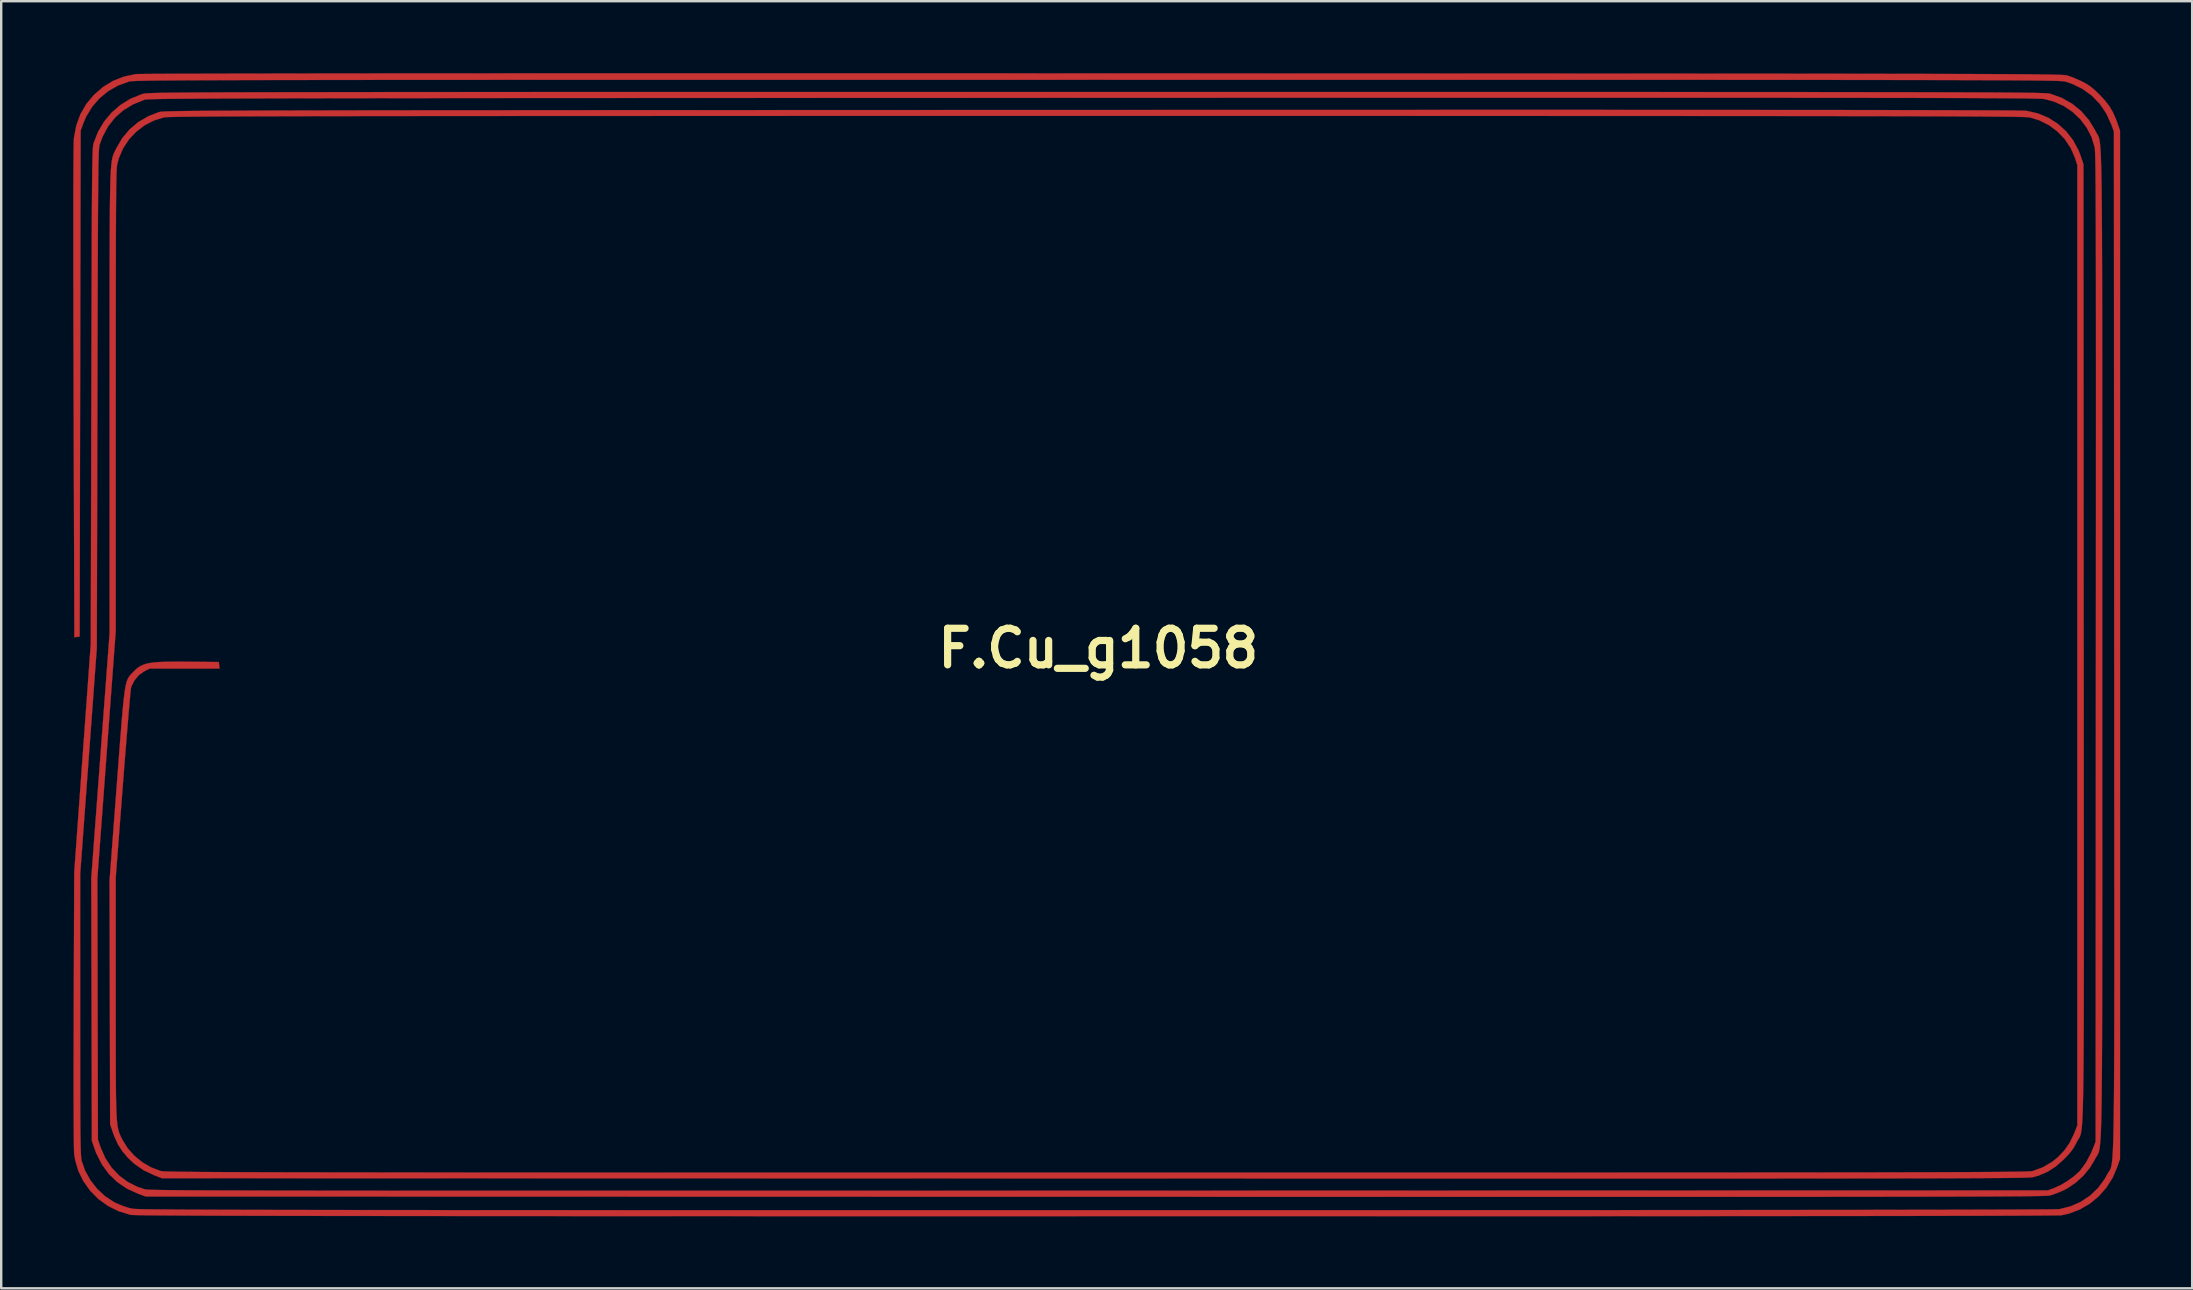
<source format=kicad_pcb>
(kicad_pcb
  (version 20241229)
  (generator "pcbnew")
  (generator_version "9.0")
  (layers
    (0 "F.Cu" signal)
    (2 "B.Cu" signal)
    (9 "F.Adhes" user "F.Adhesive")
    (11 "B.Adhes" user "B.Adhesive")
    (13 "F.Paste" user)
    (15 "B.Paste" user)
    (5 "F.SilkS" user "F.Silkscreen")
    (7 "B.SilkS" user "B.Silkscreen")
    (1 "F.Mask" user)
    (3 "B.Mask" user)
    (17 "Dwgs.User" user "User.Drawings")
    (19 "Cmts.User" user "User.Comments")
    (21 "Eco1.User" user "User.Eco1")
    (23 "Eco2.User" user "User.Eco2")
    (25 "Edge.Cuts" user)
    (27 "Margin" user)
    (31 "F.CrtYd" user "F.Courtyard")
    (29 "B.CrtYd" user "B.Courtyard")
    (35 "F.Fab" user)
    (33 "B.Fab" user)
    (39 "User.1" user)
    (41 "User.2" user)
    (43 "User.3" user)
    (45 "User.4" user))
  (footprint "F.Cu_g1058"
    (layer "F.Cu")
    (at 42.707 23.959)
    (property "Reference" "F.Cu_g1058" (at 0 0 0) (layer "F.SilkS") (effects (font (size 1.524 1.524) (thickness 0.3))))
    (attr through_hole)
    (fp_poly (pts (xy -13.17 -23.954) (xy -10.997 -23.954) (xy -8.741 -23.954) (xy -6.4 -23.953) (xy -3.975 -23.953) (xy -1.467 -23.952) (xy 0.169 -23.952) (xy 2.383 -23.951) (xy 4.513 -23.95) (xy 6.562 -23.95) (xy 8.532 -23.949) (xy 10.422 -23.948) (xy 12.237 -23.948) (xy 13.976 -23.947) (xy 15.641 -23.946) (xy 17.235 -23.946) (xy 18.758 -23.945) (xy 20.213 -23.944) (xy 21.6 -23.944) (xy 22.922 -23.943) (xy 24.181 -23.942) (xy 25.376 -23.941) (xy 26.511 -23.94) (xy 27.587 -23.94) (xy 28.606 -23.939) (xy 29.568 -23.938) (xy 30.476 -23.937) (xy 31.331 -23.936) (xy 32.135 -23.935) (xy 32.89 -23.933) (xy 33.597 -23.932) (xy 34.257 -23.931) (xy 34.872 -23.93) (xy 35.444 -23.928) (xy 35.975 -23.927) (xy 36.466 -23.925) (xy 36.918 -23.923) (xy 37.333 -23.922) (xy 37.714 -23.92) (xy 38.06 -23.918) (xy 38.375 -23.916) (xy 38.659 -23.914) (xy 38.915 -23.911) (xy 39.143 -23.909) (xy 39.345 -23.907) (xy 39.524 -23.904) (xy 39.68 -23.901) (xy 39.815 -23.898) (xy 39.931 -23.895) (xy 40.029 -23.892) (xy 40.111 -23.889) (xy 40.179 -23.886) (xy 40.234 -23.882) (xy 40.278 -23.879) (xy 40.312 -23.875) (xy 40.338 -23.871) (xy 40.357 -23.867) (xy 40.365 -23.865) (xy 40.523 -23.811) (xy 40.721 -23.731) (xy 40.922 -23.642) (xy 40.979 -23.615) (xy 41.167 -23.516) (xy 41.329 -23.41) (xy 41.489 -23.279) (xy 41.674 -23.103) (xy 41.701 -23.076) (xy 41.94 -22.82) (xy 42.124 -22.582) (xy 42.27 -22.332) (xy 42.396 -22.045) (xy 42.447 -21.907) (xy 42.566 -21.569) (xy 42.566 21.273) (xy 42.451 21.611) (xy 42.254 22.065) (xy 41.992 22.476) (xy 41.673 22.836) (xy 41.303 23.14) (xy 40.892 23.379) (xy 40.447 23.548) (xy 40.129 23.62) (xy 40.077 23.622) (xy 39.956 23.625) (xy 39.764 23.627) (xy 39.503 23.63) (xy 39.17 23.632) (xy 38.765 23.635) (xy 38.289 23.637) (xy 37.74 23.639) (xy 37.119 23.641) (xy 36.424 23.643) (xy 35.655 23.644) (xy 34.812 23.646) (xy 33.894 23.648) (xy 32.901 23.649) (xy 31.832 23.651) (xy 30.687 23.652) (xy 29.465 23.653) (xy 28.166 23.654) (xy 26.79 23.655) (xy 25.335 23.656) (xy 23.802 23.657) (xy 22.189 23.658) (xy 20.497 23.659) (xy 18.725 23.659) (xy 16.872 23.66) (xy 14.939 23.66) (xy 12.924 23.66) (xy 10.827 23.661) (xy 8.647 23.661) (xy 6.385 23.661) (xy 4.039 23.661) (xy 1.61 23.661) (xy -0.106 23.661) (xy -2.371 23.66) (xy -4.552 23.66) (xy -6.652 23.66) (xy -8.672 23.66) (xy -10.613 23.659) (xy -12.476 23.659) (xy -14.264 23.659) (xy -15.977 23.658) (xy -17.617 23.658) (xy -19.185 23.657) (xy -20.684 23.657) (xy -22.113 23.656) (xy -23.476 23.655) (xy -24.772 23.655) (xy -26.005 23.654) (xy -27.175 23.653) (xy -28.283 23.652) (xy -29.331 23.651) (xy -30.321 23.65) (xy -31.254 23.649) (xy -32.131 23.648) (xy -32.954 23.647) (xy -33.725 23.646) (xy -34.444 23.644) (xy -35.114 23.643) (xy -35.735 23.641) (xy -36.31 23.64) (xy -36.839 23.638) (xy -37.324 23.636) (xy -37.767 23.634) (xy -38.169 23.632) (xy -38.531 23.63) (xy -38.856 23.628) (xy -39.143 23.626) (xy -39.396 23.624) (xy -39.615 23.621) (xy -39.801 23.619) (xy -39.957 23.616) (xy -40.083 23.613) (xy -40.181 23.61) (xy -40.253 23.607) (xy -40.3 23.604) (xy -40.322 23.602) (xy -40.808 23.453) (xy -41.255 23.233) (xy -41.655 22.945) (xy -42.002 22.595) (xy -42.289 22.189) (xy -42.494 21.769) (xy -42.624 21.326) (xy -42.665 21.077) (xy -42.67 20.991) (xy -42.675 20.824) (xy -42.679 20.581) (xy -42.682 20.264) (xy -42.685 19.879) (xy -42.687 19.429) (xy -42.689 18.917) (xy -42.69 18.349) (xy -42.69 17.727) (xy -42.689 17.056) (xy -42.688 16.34) (xy -42.686 15.582) (xy -42.685 15.048) (xy -42.665 9.335) (xy -41.975 -0.191) (xy -41.952 -10.499) (xy -41.949 -11.603) (xy -41.947 -12.627) (xy -41.945 -13.572) (xy -41.942 -14.442) (xy -41.94 -15.24) (xy -41.938 -15.969) (xy -41.936 -16.633) (xy -41.934 -17.235) (xy -41.931 -17.778) (xy -41.929 -18.265) (xy -41.926 -18.699) (xy -41.923 -19.084) (xy -41.92 -19.422) (xy -41.917 -19.718) (xy -41.914 -19.973) (xy -41.91 -20.192) (xy -41.906 -20.378) (xy -41.901 -20.533) (xy -41.896 -20.662) (xy -41.891 -20.766) (xy -41.885 -20.85) (xy -41.879 -20.916) (xy -41.872 -20.969) (xy -41.865 -21.01) (xy -41.857 -21.043) (xy -41.852 -21.061) (xy -41.67 -21.522) (xy -41.419 -21.943) (xy -41.107 -22.317) (xy -40.74 -22.635) (xy -40.326 -22.891) (xy -39.874 -23.076) (xy -39.793 -23.1) (xy -39.776 -23.104) (xy -39.755 -23.108) (xy -39.728 -23.112) (xy -39.694 -23.116) (xy -39.652 -23.12) (xy -39.598 -23.123) (xy -39.533 -23.127) (xy -39.454 -23.13) (xy -39.36 -23.133) (xy -39.249 -23.136) (xy -39.119 -23.139) (xy -38.97 -23.142) (xy -38.798 -23.144) (xy -38.603 -23.147) (xy -38.384 -23.149) (xy -38.137 -23.151) (xy -37.863 -23.153) (xy -37.559 -23.155) (xy -37.223 -23.157) (xy -36.855 -23.159) (xy -36.452 -23.161) (xy -36.012 -23.162) (xy -35.535 -23.164) (xy -35.019 -23.165) (xy -34.461 -23.166) (xy -33.861 -23.167) (xy -33.216 -23.168) (xy -32.526 -23.169) (xy -31.788 -23.17) (xy -31.001 -23.171) (xy -30.163 -23.172) (xy -29.273 -23.173) (xy -28.33 -23.173) (xy -27.33 -23.174) (xy -26.274 -23.175) (xy -25.158 -23.175) (xy -23.983 -23.175) (xy -22.745 -23.176) (xy -21.444 -23.176) (xy -20.077 -23.176) (xy -18.644 -23.177) (xy -17.143 -23.177) (xy -15.571 -23.177) (xy -13.928 -23.177) (xy -12.211 -23.177) (xy -10.42 -23.177) (xy -8.552 -23.177) (xy -6.606 -23.177) (xy -4.581 -23.177) (xy -2.474 -23.177) (xy -0.284 -23.177) (xy -0.064 -23.177) (xy 2.135 -23.177) (xy 4.251 -23.177) (xy 6.286 -23.177) (xy 8.24 -23.177) (xy 10.117 -23.177) (xy 11.917 -23.177) (xy 13.641 -23.177) (xy 15.293 -23.177) (xy 16.872 -23.177) (xy 18.381 -23.177) (xy 19.822 -23.176) (xy 21.196 -23.176) (xy 22.504 -23.176) (xy 23.749 -23.175) (xy 24.931 -23.175) (xy 26.053 -23.174) (xy 27.116 -23.174) (xy 28.122 -23.173) (xy 29.072 -23.173) (xy 29.968 -23.172) (xy 30.811 -23.171) (xy 31.604 -23.17) (xy 32.347 -23.169) (xy 33.042 -23.168) (xy 33.692 -23.167) (xy 34.296 -23.166) (xy 34.859 -23.165) (xy 35.379 -23.163) (xy 35.861 -23.162) (xy 36.304 -23.16) (xy 36.71 -23.159) (xy 37.082 -23.157) (xy 37.421 -23.155) (xy 37.728 -23.153) (xy 38.005 -23.151) (xy 38.254 -23.149) (xy 38.476 -23.146) (xy 38.673 -23.144) (xy 38.846 -23.141) (xy 38.997 -23.139) (xy 39.128 -23.136) (xy 39.24 -23.133) (xy 39.336 -23.13) (xy 39.415 -23.127) (xy 39.481 -23.123) (xy 39.534 -23.12) (xy 39.577 -23.116) (xy 39.61 -23.112) (xy 39.636 -23.108) (xy 39.657 -23.104) (xy 39.666 -23.102) (xy 40.142 -22.929) (xy 40.57 -22.687) (xy 40.947 -22.38) (xy 41.268 -22.01) (xy 41.528 -21.583) (xy 41.557 -21.525) (xy 41.577 -21.485) (xy 41.596 -21.452) (xy 41.615 -21.422) (xy 41.632 -21.394) (xy 41.648 -21.366) (xy 41.664 -21.334) (xy 41.678 -21.298) (xy 41.692 -21.255) (xy 41.704 -21.202) (xy 41.716 -21.138) (xy 41.727 -21.059) (xy 41.738 -20.965) (xy 41.747 -20.852) (xy 41.756 -20.718) (xy 41.764 -20.562) (xy 41.772 -20.38) (xy 41.778 -20.171) (xy 41.785 -19.932) (xy 41.79 -19.662) (xy 41.795 -19.358) (xy 41.8 -19.017) (xy 41.804 -18.638) (xy 41.808 -18.217) (xy 41.811 -17.754) (xy 41.814 -17.246) (xy 41.816 -16.69) (xy 41.818 -16.085) (xy 41.82 -15.427) (xy 41.821 -14.715) (xy 41.822 -13.947) (xy 41.823 -13.12) (xy 41.824 -12.232) (xy 41.824 -11.281) (xy 41.824 -10.265) (xy 41.825 -9.181) (xy 41.825 -8.027) (xy 41.825 -6.801) (xy 41.825 -5.501) (xy 41.825 -4.124) (xy 41.825 -2.668) (xy 41.825 -1.131) (xy 41.825 -0.157) (xy 41.825 1.432) (xy 41.825 2.938) (xy 41.825 4.363) (xy 41.825 5.711) (xy 41.825 6.983) (xy 41.826 8.181) (xy 41.826 9.309) (xy 41.826 10.367) (xy 41.825 11.359) (xy 41.825 12.286) (xy 41.824 13.15) (xy 41.823 13.955) (xy 41.822 14.702) (xy 41.821 15.393) (xy 41.819 16.031) (xy 41.817 16.618) (xy 41.814 17.157) (xy 41.811 17.648) (xy 41.807 18.095) (xy 41.803 18.5) (xy 41.799 18.865) (xy 41.794 19.193) (xy 41.788 19.485) (xy 41.782 19.744) (xy 41.775 19.972) (xy 41.767 20.171) (xy 41.758 20.344) (xy 41.749 20.493) (xy 41.739 20.619) (xy 41.728 20.726) (xy 41.717 20.816) (xy 41.704 20.89) (xy 41.691 20.951) (xy 41.676 21.001) (xy 41.661 21.043) (xy 41.644 21.079) (xy 41.627 21.11) (xy 41.608 21.14) (xy 41.589 21.17) (xy 41.568 21.203) (xy 41.546 21.24) (xy 41.523 21.285) (xy 41.521 21.29) (xy 41.315 21.636) (xy 41.045 21.965) (xy 40.728 22.256) (xy 40.386 22.49) (xy 40.259 22.558) (xy 40.064 22.646) (xy 39.861 22.726) (xy 39.686 22.785) (xy 39.644 22.796) (xy 39.623 22.8) (xy 39.589 22.803) (xy 39.54 22.807) (xy 39.475 22.81) (xy 39.392 22.813) (xy 39.29 22.816) (xy 39.166 22.819) (xy 39.02 22.821) (xy 38.85 22.824) (xy 38.654 22.826) (xy 38.431 22.829) (xy 38.178 22.831) (xy 37.896 22.833) (xy 37.581 22.835) (xy 37.233 22.837) (xy 36.849 22.838) (xy 36.429 22.84) (xy 35.971 22.841) (xy 35.472 22.843) (xy 34.933 22.844) (xy 34.35 22.845) (xy 33.723 22.846) (xy 33.049 22.847) (xy 32.328 22.848) (xy 31.558 22.849) (xy 30.737 22.85) (xy 29.864 22.851) (xy 28.936 22.851) (xy 27.954 22.852) (xy 26.914 22.852) (xy 25.815 22.853) (xy 24.656 22.853) (xy 23.436 22.853) (xy 22.152 22.853) (xy 20.803 22.853) (xy 19.388 22.853) (xy 17.905 22.853) (xy 16.352 22.853) (xy 14.728 22.853) (xy 13.031 22.853) (xy 11.26 22.852) (xy 9.413 22.852) (xy 7.488 22.851) (xy 5.485 22.851) (xy 3.401 22.85) (xy 1.235 22.85) (xy -0.15 22.85) (xy -39.688 22.839) (xy -39.998 22.725) (xy -40.461 22.514) (xy -40.868 22.239) (xy -41.218 21.903) (xy -41.509 21.505) (xy -41.742 21.048) (xy -41.832 20.807) (xy -41.931 20.511) (xy -41.943 15.046) (xy -41.955 9.582) (xy -41.573 4.471) (xy -41.19 -0.64) (xy -41.19 -10.244) (xy -41.19 -11.329) (xy -41.19 -12.333) (xy -41.191 -13.259) (xy -41.19 -14.11) (xy -41.19 -14.89) (xy -41.19 -15.602) (xy -41.189 -16.249) (xy -41.187 -16.835) (xy -41.185 -17.363) (xy -41.182 -17.836) (xy -41.179 -18.258) (xy -41.175 -18.632) (xy -41.17 -18.961) (xy -41.163 -19.249) (xy -41.156 -19.499) (xy -41.148 -19.714) (xy -41.138 -19.898) (xy -41.127 -20.054) (xy -41.114 -20.185) (xy -41.1 -20.295) (xy -41.085 -20.387) (xy -41.067 -20.464) (xy -41.048 -20.53) (xy -41.027 -20.588) (xy -41.004 -20.641) (xy -40.979 -20.693) (xy -40.952 -20.747) (xy -40.922 -20.806) (xy -40.913 -20.827) (xy -40.666 -21.25) (xy -40.358 -21.617) (xy -39.991 -21.925) (xy -39.569 -22.17) (xy -39.135 -22.338) (xy -39.118 -22.342) (xy -39.098 -22.346) (xy -39.071 -22.35) (xy -39.037 -22.354) (xy -38.994 -22.358) (xy -38.939 -22.361) (xy -38.872 -22.365) (xy -38.791 -22.368) (xy -38.694 -22.371) (xy -38.58 -22.374) (xy -38.446 -22.377) (xy -38.292 -22.38) (xy -38.115 -22.382) (xy -37.915 -22.385) (xy -37.689 -22.387) (xy -37.436 -22.389) (xy -37.154 -22.392) (xy -36.842 -22.394) (xy -36.497 -22.396) (xy -36.119 -22.397) (xy -35.706 -22.399) (xy -35.255 -22.401) (xy -34.766 -22.403) (xy -34.237 -22.404) (xy -33.666 -22.405) (xy -33.052 -22.407) (xy -32.392 -22.408) (xy -31.686 -22.409) (xy -30.932 -22.411) (xy -30.127 -22.412) (xy -29.271 -22.413) (xy -28.362 -22.414) (xy -27.398 -22.415) (xy -26.377 -22.416) (xy -25.299 -22.416) (xy -24.16 -22.417) (xy -22.961 -22.418) (xy -21.698 -22.419) (xy -20.371 -22.42) (xy -18.978 -22.42) (xy -17.516 -22.421) (xy -15.986 -22.422) (xy -14.384 -22.422) (xy -12.709 -22.423) (xy -10.961 -22.424) (xy -9.136 -22.424) (xy -7.233 -22.425) (xy -5.252 -22.426) (xy -3.189 -22.426) (xy -1.044 -22.427) (xy -0.275 -22.427) (xy 2.06 -22.428) (xy 4.312 -22.429) (xy 6.481 -22.429) (xy 8.568 -22.43) (xy 10.576 -22.43) (xy 12.503 -22.43) (xy 14.353 -22.431) (xy 16.125 -22.431) (xy 17.821 -22.431) (xy 19.442 -22.431) (xy 20.989 -22.431) (xy 22.462 -22.43) (xy 23.864 -22.43) (xy 25.195 -22.429) (xy 26.456 -22.429) (xy 27.648 -22.428) (xy 28.773 -22.427) (xy 29.83 -22.427) (xy 30.822 -22.426) (xy 31.75 -22.424) (xy 32.614 -22.423) (xy 33.416 -22.422) (xy 34.156 -22.421) (xy 34.836 -22.419) (xy 35.456 -22.417) (xy 36.018 -22.416) (xy 36.524 -22.414) (xy 36.973 -22.412) (xy 37.367 -22.41) (xy 37.707 -22.408) (xy 37.994 -22.405) (xy 38.229 -22.403) (xy 38.413 -22.4) (xy 38.548 -22.398) (xy 38.633 -22.395) (xy 38.669 -22.393) (xy 39.142 -22.285) (xy 39.579 -22.103) (xy 39.973 -21.852) (xy 40.319 -21.539) (xy 40.609 -21.168) (xy 40.837 -20.744) (xy 40.926 -20.514) (xy 41.042 -20.172) (xy 41.053 -0.284) (xy 41.054 1.281) (xy 41.055 2.764) (xy 41.056 4.167) (xy 41.057 5.492) (xy 41.057 6.742) (xy 41.058 7.918) (xy 41.059 9.023) (xy 41.059 10.059) (xy 41.059 11.029) (xy 41.059 11.935) (xy 41.059 12.779) (xy 41.058 13.563) (xy 41.057 14.289) (xy 41.056 14.961) (xy 41.054 15.58) (xy 41.052 16.148) (xy 41.05 16.667) (xy 41.047 17.141) (xy 41.043 17.571) (xy 41.039 17.96) (xy 41.034 18.309) (xy 41.029 18.621) (xy 41.023 18.899) (xy 41.017 19.144) (xy 41.009 19.359) (xy 41.001 19.547) (xy 40.992 19.708) (xy 40.983 19.847) (xy 40.972 19.964) (xy 40.961 20.062) (xy 40.949 20.144) (xy 40.936 20.212) (xy 40.922 20.268) (xy 40.906 20.314) (xy 40.89 20.353) (xy 40.873 20.387) (xy 40.855 20.417) (xy 40.835 20.448) (xy 40.815 20.479) (xy 40.793 20.515) (xy 40.77 20.557) (xy 40.762 20.574) (xy 40.663 20.762) (xy 40.557 20.922) (xy 40.427 21.081) (xy 40.252 21.264) (xy 40.221 21.295) (xy 39.887 21.589) (xy 39.547 21.809) (xy 39.184 21.964) (xy 38.94 22.033) (xy 38.918 22.037) (xy 38.884 22.04) (xy 38.838 22.044) (xy 38.776 22.047) (xy 38.697 22.05) (xy 38.601 22.053) (xy 38.484 22.056) (xy 38.346 22.059) (xy 38.186 22.061) (xy 38 22.064) (xy 37.789 22.066) (xy 37.55 22.068) (xy 37.281 22.07) (xy 36.982 22.072) (xy 36.65 22.074) (xy 36.284 22.076) (xy 35.882 22.078) (xy 35.443 22.079) (xy 34.966 22.081) (xy 34.447 22.082) (xy 33.887 22.083) (xy 33.283 22.084) (xy 32.634 22.085) (xy 31.938 22.086) (xy 31.193 22.087) (xy 30.399 22.088) (xy 29.553 22.089) (xy 28.654 22.089) (xy 27.7 22.09) (xy 26.689 22.09) (xy 25.621 22.091) (xy 24.493 22.091) (xy 23.304 22.091) (xy 22.052 22.091) (xy 20.736 22.091) (xy 19.354 22.091) (xy 17.905 22.091) (xy 16.386 22.091) (xy 14.797 22.091) (xy 13.136 22.091) (xy 11.4 22.09) (xy 9.589 22.09) (xy 7.702 22.09) (xy 5.735 22.089) (xy 3.688 22.089) (xy 1.56 22.088) (xy -0.176 22.088) (xy -39.01 22.077) (xy -39.327 21.955) (xy -39.774 21.743) (xy -40.163 21.474) (xy -40.425 21.227) (xy -40.658 20.952) (xy -40.838 20.674) (xy -40.984 20.36) (xy -41.053 20.172) (xy -41.169 19.833) (xy -41.181 14.753) (xy -41.193 9.673) (xy -40.89 5.673) (xy -40.837 4.977) (xy -40.791 4.36) (xy -40.749 3.817) (xy -40.711 3.343) (xy -40.678 2.933) (xy -40.647 2.581) (xy -40.619 2.283) (xy -40.592 2.032) (xy -40.565 1.825) (xy -40.539 1.655) (xy -40.512 1.517) (xy -40.484 1.407) (xy -40.454 1.319) (xy -40.421 1.248) (xy -40.384 1.188) (xy -40.344 1.135) (xy -40.298 1.084) (xy -40.246 1.028) (xy -40.245 1.027) (xy -40.131 0.91) (xy -40.018 0.813) (xy -39.897 0.735) (xy -39.759 0.674) (xy -39.595 0.628) (xy -39.395 0.595) (xy -39.151 0.573) (xy -38.852 0.561) (xy -38.49 0.557) (xy -38.056 0.558) (xy -37.91 0.559) (xy -36.639 0.572) (xy -36.626 0.709) (xy -36.613 0.847) (xy -39.53 0.847) (xy -39.757 0.965) (xy -39.973 1.12) (xy -40.154 1.333) (xy -40.277 1.575) (xy -40.298 1.644) (xy -40.307 1.709) (xy -40.322 1.851) (xy -40.342 2.065) (xy -40.367 2.346) (xy -40.397 2.685) (xy -40.43 3.079) (xy -40.466 3.519) (xy -40.505 4) (xy -40.547 4.516) (xy -40.59 5.06) (xy -40.634 5.627) (xy -40.637 5.675) (xy -40.936 9.551) (xy -40.936 14.565) (xy -40.936 15.346) (xy -40.935 16.048) (xy -40.935 16.674) (xy -40.934 17.23) (xy -40.933 17.721) (xy -40.93 18.15) (xy -40.926 18.524) (xy -40.921 18.847) (xy -40.914 19.123) (xy -40.905 19.357) (xy -40.895 19.554) (xy -40.881 19.72) (xy -40.866 19.858) (xy -40.847 19.973) (xy -40.826 20.071) (xy -40.801 20.155) (xy -40.773 20.232) (xy -40.741 20.305) (xy -40.705 20.379) (xy -40.665 20.459) (xy -40.653 20.484) (xy -40.438 20.829) (xy -40.157 21.144) (xy -39.825 21.415) (xy -39.457 21.629) (xy -39.07 21.774) (xy -39.05 21.779) (xy -39.03 21.783) (xy -38.998 21.786) (xy -38.951 21.79) (xy -38.889 21.793) (xy -38.809 21.796) (xy -38.711 21.799) (xy -38.592 21.802) (xy -38.451 21.805) (xy -38.287 21.807) (xy -38.097 21.81) (xy -37.881 21.812) (xy -37.636 21.815) (xy -37.361 21.817) (xy -37.055 21.819) (xy -36.715 21.821) (xy -36.341 21.823) (xy -35.931 21.824) (xy -35.482 21.826) (xy -34.995 21.828) (xy -34.466 21.829) (xy -33.894 21.831) (xy -33.278 21.832) (xy -32.617 21.833) (xy -31.908 21.834) (xy -31.15 21.835) (xy -30.341 21.836) (xy -29.48 21.837) (xy -28.566 21.838) (xy -27.596 21.839) (xy -26.569 21.839) (xy -25.484 21.84) (xy -24.338 21.841) (xy -23.131 21.841) (xy -21.861 21.842) (xy -20.525 21.842) (xy -19.123 21.842) (xy -17.654 21.843) (xy -16.114 21.843) (xy -14.503 21.843) (xy -12.82 21.843) (xy -11.062 21.844) (xy -9.228 21.844) (xy -7.316 21.844) (xy -5.326 21.844) (xy -3.254 21.844) (xy -1.101 21.844) (xy -0.064 21.844) (xy 2.128 21.844) (xy 4.236 21.844) (xy 6.263 21.844) (xy 8.21 21.844) (xy 10.079 21.844) (xy 11.871 21.844) (xy 13.587 21.843) (xy 15.231 21.843) (xy 16.802 21.843) (xy 18.303 21.843) (xy 19.735 21.842) (xy 21.1 21.842) (xy 22.4 21.841) (xy 23.636 21.841) (xy 24.809 21.84) (xy 25.921 21.84) (xy 26.974 21.839) (xy 27.97 21.838) (xy 28.909 21.838) (xy 29.794 21.837) (xy 30.627 21.836) (xy 31.407 21.835) (xy 32.139 21.834) (xy 32.822 21.833) (xy 33.459 21.831) (xy 34.051 21.83) (xy 34.599 21.829) (xy 35.106 21.827) (xy 35.573 21.825) (xy 36.001 21.824) (xy 36.392 21.822) (xy 36.748 21.82) (xy 37.071 21.818) (xy 37.361 21.816) (xy 37.62 21.814) (xy 37.851 21.811) (xy 38.054 21.809) (xy 38.231 21.806) (xy 38.384 21.804) (xy 38.515 21.801) (xy 38.625 21.798) (xy 38.715 21.795) (xy 38.787 21.792) (xy 38.843 21.788) (xy 38.884 21.785) (xy 38.913 21.781) (xy 38.926 21.779) (xy 39.348 21.625) (xy 39.739 21.396) (xy 39.997 21.186) (xy 40.264 20.9) (xy 40.479 20.584) (xy 40.657 20.212) (xy 40.677 20.161) (xy 40.788 19.875) (xy 40.788 -20.13) (xy 40.687 -20.44) (xy 40.51 -20.847) (xy 40.264 -21.214) (xy 39.958 -21.534) (xy 39.601 -21.798) (xy 39.203 -21.998) (xy 38.798 -22.119) (xy 38.774 -22.123) (xy 38.735 -22.126) (xy 38.678 -22.129) (xy 38.604 -22.133) (xy 38.509 -22.136) (xy 38.393 -22.138) (xy 38.254 -22.141) (xy 38.09 -22.144) (xy 37.9 -22.146) (xy 37.683 -22.149) (xy 37.435 -22.151) (xy 37.157 -22.153) (xy 36.847 -22.155) (xy 36.502 -22.157) (xy 36.122 -22.159) (xy 35.704 -22.161) (xy 35.248 -22.163) (xy 34.751 -22.164) (xy 34.213 -22.166) (xy 33.63 -22.167) (xy 33.003 -22.169) (xy 32.329 -22.17) (xy 31.607 -22.171) (xy 30.835 -22.172) (xy 30.012 -22.173) (xy 29.136 -22.174) (xy 28.205 -22.175) (xy 27.218 -22.176) (xy 26.174 -22.176) (xy 25.07 -22.177) (xy 23.906 -22.178) (xy 22.679 -22.178) (xy 21.388 -22.179) (xy 20.031 -22.179) (xy 18.608 -22.18) (xy 17.116 -22.18) (xy 15.554 -22.18) (xy 13.919 -22.18) (xy 12.212 -22.181) (xy 10.429 -22.181) (xy 8.57 -22.181) (xy 6.633 -22.181) (xy 4.617 -22.181) (xy 2.519 -22.181) (xy 0.338 -22.181) (xy -0.064 -22.181) (xy -2.259 -22.181) (xy -4.371 -22.181) (xy -6.401 -22.181) (xy -8.352 -22.181) (xy -10.224 -22.181) (xy -12.02 -22.181) (xy -13.74 -22.18) (xy -15.387 -22.18) (xy -16.961 -22.18) (xy -18.465 -22.18) (xy -19.9 -22.179) (xy -21.268 -22.179) (xy -22.57 -22.178) (xy -23.808 -22.178) (xy -24.983 -22.177) (xy -26.097 -22.177) (xy -27.151 -22.176) (xy -28.148 -22.175) (xy -29.088 -22.174) (xy -29.974 -22.173) (xy -30.806 -22.172) (xy -31.587 -22.171) (xy -32.318 -22.17) (xy -33 -22.169) (xy -33.636 -22.168) (xy -34.226 -22.166) (xy -34.772 -22.165) (xy -35.276 -22.163) (xy -35.74 -22.161) (xy -36.164 -22.16) (xy -36.551 -22.158) (xy -36.903 -22.156) (xy -37.219 -22.154) (xy -37.504 -22.152) (xy -37.757 -22.149) (xy -37.98 -22.147) (xy -38.176 -22.144) (xy -38.345 -22.142) (xy -38.489 -22.139) (xy -38.61 -22.136) (xy -38.709 -22.133) (xy -38.788 -22.13) (xy -38.849 -22.127) (xy -38.892 -22.123) (xy -38.92 -22.12) (xy -38.925 -22.119) (xy -39.346 -21.989) (xy -39.736 -21.786) (xy -40.085 -21.519) (xy -40.386 -21.198) (xy -40.628 -20.831) (xy -40.803 -20.428) (xy -40.873 -20.172) (xy -40.88 -20.13) (xy -40.886 -20.071) (xy -40.892 -19.993) (xy -40.898 -19.891) (xy -40.903 -19.763) (xy -40.907 -19.605) (xy -40.911 -19.414) (xy -40.915 -19.188) (xy -40.918 -18.922) (xy -40.921 -18.614) (xy -40.924 -18.26) (xy -40.926 -17.857) (xy -40.928 -17.402) (xy -40.93 -16.892) (xy -40.931 -16.323) (xy -40.932 -15.692) (xy -40.933 -14.997) (xy -40.934 -14.233) (xy -40.935 -13.398) (xy -40.935 -12.488) (xy -40.935 -11.5) (xy -40.936 -10.432) (xy -40.936 -10.293) (xy -40.936 -0.711) (xy -41.318 4.438) (xy -41.7 9.587) (xy -41.689 15.028) (xy -41.677 20.468) (xy -41.561 20.807) (xy -41.368 21.243) (xy -41.112 21.63) (xy -40.797 21.964) (xy -40.431 22.236) (xy -40.022 22.441) (xy -39.72 22.54) (xy -39.7 22.543) (xy -39.67 22.547) (xy -39.628 22.55) (xy -39.571 22.554) (xy -39.499 22.557) (xy -39.41 22.56) (xy -39.303 22.563) (xy -39.175 22.566) (xy -39.025 22.568) (xy -38.852 22.571) (xy -38.654 22.573) (xy -38.43 22.575) (xy -38.177 22.577) (xy -37.895 22.58) (xy -37.581 22.581) (xy -37.235 22.583) (xy -36.854 22.585) (xy -36.437 22.587) (xy -35.982 22.588) (xy -35.488 22.589) (xy -34.953 22.591) (xy -34.376 22.592) (xy -33.755 22.593) (xy -33.089 22.594) (xy -32.375 22.595) (xy -31.612 22.596) (xy -30.8 22.596) (xy -29.935 22.597) (xy -29.017 22.598) (xy -28.044 22.598) (xy -27.014 22.599) (xy -25.926 22.599) (xy -24.778 22.599) (xy -23.569 22.599) (xy -22.297 22.599) (xy -20.961 22.599) (xy -19.558 22.599) (xy -18.088 22.599) (xy -16.548 22.599) (xy -14.937 22.599) (xy -13.254 22.599) (xy -11.497 22.598) (xy -9.665 22.598) (xy -7.755 22.598) (xy -5.766 22.597) (xy -3.697 22.597) (xy -1.546 22.596) (xy 0.049 22.596) (xy 39.56 22.585) (xy 39.83 22.484) (xy 40.095 22.362) (xy 40.374 22.196) (xy 40.638 22.005) (xy 40.857 21.809) (xy 40.912 21.749) (xy 41.14 21.44) (xy 41.344 21.064) (xy 41.457 20.797) (xy 41.55 20.553) (xy 41.561 -0.012) (xy 41.562 -1.605) (xy 41.563 -3.115) (xy 41.563 -4.545) (xy 41.564 -5.897) (xy 41.564 -7.173) (xy 41.564 -8.375) (xy 41.565 -9.505) (xy 41.565 -10.566) (xy 41.565 -11.56) (xy 41.564 -12.489) (xy 41.564 -13.354) (xy 41.563 -14.159) (xy 41.563 -14.905) (xy 41.562 -15.595) (xy 41.561 -16.231) (xy 41.56 -16.815) (xy 41.559 -17.348) (xy 41.557 -17.834) (xy 41.555 -18.275) (xy 41.554 -18.672) (xy 41.551 -19.028) (xy 41.549 -19.345) (xy 41.547 -19.625) (xy 41.544 -19.87) (xy 41.541 -20.083) (xy 41.538 -20.265) (xy 41.535 -20.42) (xy 41.531 -20.548) (xy 41.527 -20.652) (xy 41.523 -20.735) (xy 41.519 -20.799) (xy 41.514 -20.845) (xy 41.509 -20.876) (xy 41.509 -20.877) (xy 41.379 -21.302) (xy 41.176 -21.694) (xy 40.908 -22.047) (xy 40.586 -22.351) (xy 40.216 -22.598) (xy 39.809 -22.781) (xy 39.412 -22.883) (xy 39.384 -22.887) (xy 39.341 -22.89) (xy 39.282 -22.893) (xy 39.204 -22.897) (xy 39.106 -22.899) (xy 38.987 -22.902) (xy 38.845 -22.905) (xy 38.678 -22.908) (xy 38.485 -22.91) (xy 38.265 -22.912) (xy 38.015 -22.915) (xy 37.735 -22.917) (xy 37.422 -22.919) (xy 37.075 -22.921) (xy 36.693 -22.922) (xy 36.274 -22.924) (xy 35.817 -22.926) (xy 35.319 -22.927) (xy 34.779 -22.928) (xy 34.197 -22.93) (xy 33.569 -22.931) (xy 32.895 -22.932) (xy 32.174 -22.933) (xy 31.402 -22.934) (xy 30.58 -22.935) (xy 29.705 -22.935) (xy 28.776 -22.936) (xy 27.791 -22.936) (xy 26.749 -22.937) (xy 25.648 -22.937) (xy 24.487 -22.937) (xy 23.264 -22.938) (xy 21.977 -22.938) (xy 20.625 -22.938) (xy 19.206 -22.938) (xy 17.72 -22.938) (xy 16.163 -22.938) (xy 14.535 -22.937) (xy 12.835 -22.937) (xy 11.06 -22.937) (xy 9.208 -22.936) (xy 7.28 -22.936) (xy 5.272 -22.936) (xy 3.183 -22.935) (xy 1.013 -22.934) (xy -0.233 -22.934) (xy -2.433 -22.933) (xy -4.551 -22.933) (xy -6.587 -22.932) (xy -8.543 -22.932) (xy -10.421 -22.931) (xy -12.222 -22.93) (xy -13.948 -22.93) (xy -15.601 -22.929) (xy -17.181 -22.928) (xy -18.692 -22.928) (xy -20.133 -22.927) (xy -21.508 -22.926) (xy -22.817 -22.925) (xy -24.062 -22.925) (xy -25.244 -22.924) (xy -26.366 -22.923) (xy -27.429 -22.922) (xy -28.434 -22.921) (xy -29.384 -22.92) (xy -30.278 -22.919) (xy -31.12 -22.918) (xy -31.911 -22.917) (xy -32.653 -22.915) (xy -33.346 -22.914) (xy -33.993 -22.913) (xy -34.595 -22.911) (xy -35.154 -22.91) (xy -35.671 -22.908) (xy -36.148 -22.907) (xy -36.587 -22.905) (xy -36.989 -22.903) (xy -37.356 -22.901) (xy -37.689 -22.899) (xy -37.99 -22.897) (xy -38.26 -22.895) (xy -38.502 -22.892) (xy -38.717 -22.89) (xy -38.905 -22.887) (xy -39.07 -22.885) (xy -39.212 -22.882) (xy -39.333 -22.879) (xy -39.435 -22.876) (xy -39.52 -22.873) (xy -39.588 -22.87) (xy -39.642 -22.866) (xy -39.682 -22.863) (xy -39.712 -22.859) (xy -39.732 -22.855) (xy -39.737 -22.854) (xy -40.205 -22.666) (xy -40.615 -22.418) (xy -40.965 -22.11) (xy -41.255 -21.743) (xy -41.483 -21.317) (xy -41.607 -20.983) (xy -41.614 -20.954) (xy -41.621 -20.913) (xy -41.627 -20.858) (xy -41.633 -20.785) (xy -41.639 -20.69) (xy -41.644 -20.572) (xy -41.648 -20.427) (xy -41.653 -20.251) (xy -41.657 -20.041) (xy -41.66 -19.795) (xy -41.664 -19.509) (xy -41.667 -19.18) (xy -41.67 -18.805) (xy -41.673 -18.381) (xy -41.676 -17.905) (xy -41.678 -17.373) (xy -41.681 -16.782) (xy -41.683 -16.13) (xy -41.686 -15.413) (xy -41.688 -14.628) (xy -41.69 -13.771) (xy -41.693 -12.841) (xy -41.695 -11.833) (xy -41.698 -10.744) (xy -41.699 -10.393) (xy -41.723 -0.021) (xy -42.07 4.699) (xy -42.417 9.419) (xy -42.418 15.263) (xy -42.418 16.096) (xy -42.417 16.849) (xy -42.417 17.526) (xy -42.416 18.131) (xy -42.415 18.667) (xy -42.413 19.141) (xy -42.411 19.554) (xy -42.409 19.913) (xy -42.406 20.22) (xy -42.402 20.48) (xy -42.398 20.698) (xy -42.393 20.877) (xy -42.388 21.022) (xy -42.381 21.137) (xy -42.374 21.226) (xy -42.366 21.294) (xy -42.358 21.344) (xy -42.354 21.359) (xy -42.208 21.771) (xy -41.99 22.162) (xy -41.711 22.518) (xy -41.383 22.825) (xy -41.017 23.067) (xy -40.936 23.109) (xy -40.668 23.223) (xy -40.394 23.313) (xy -40.245 23.348) (xy -40.219 23.351) (xy -40.179 23.354) (xy -40.123 23.358) (xy -40.05 23.361) (xy -39.957 23.364) (xy -39.844 23.367) (xy -39.709 23.37) (xy -39.55 23.372) (xy -39.366 23.375) (xy -39.155 23.377) (xy -38.916 23.379) (xy -38.647 23.382) (xy -38.346 23.384) (xy -38.012 23.386) (xy -37.644 23.388) (xy -37.239 23.389) (xy -36.797 23.391) (xy -36.316 23.393) (xy -35.794 23.394) (xy -35.229 23.396) (xy -34.621 23.397) (xy -33.967 23.398) (xy -33.266 23.399) (xy -32.516 23.401) (xy -31.717 23.402) (xy -30.865 23.403) (xy -29.961 23.403) (xy -29.002 23.404) (xy -27.986 23.405) (xy -26.912 23.406) (xy -25.779 23.406) (xy -24.585 23.407) (xy -23.329 23.407) (xy -22.008 23.408) (xy -20.622 23.408) (xy -19.169 23.409) (xy -17.646 23.409) (xy -16.054 23.409) (xy -14.389 23.409) (xy -12.651 23.41) (xy -10.838 23.41) (xy -8.949 23.41) (xy -6.982 23.41) (xy -4.934 23.41) (xy -2.806 23.41) (xy -0.595 23.41) (xy -0.07 23.41) (xy 2.421 23.41) (xy 4.827 23.41) (xy 7.15 23.41) (xy 9.39 23.409) (xy 11.547 23.409) (xy 13.621 23.408) (xy 15.613 23.408) (xy 17.523 23.407) (xy 19.353 23.407) (xy 21.101 23.406) (xy 22.77 23.405) (xy 24.358 23.404) (xy 25.867 23.403) (xy 27.297 23.402) (xy 28.649 23.401) (xy 29.922 23.399) (xy 31.118 23.398) (xy 32.236 23.397) (xy 33.278 23.395) (xy 34.243 23.393) (xy 35.133 23.392) (xy 35.947 23.39) (xy 36.685 23.388) (xy 37.35 23.386) (xy 37.94 23.384) (xy 38.456 23.382) (xy 38.899 23.379) (xy 39.269 23.377) (xy 39.567 23.375) (xy 39.792 23.372) (xy 39.947 23.37) (xy 40.03 23.367) (xy 40.044 23.366) (xy 40.505 23.25) (xy 40.931 23.062) (xy 41.315 22.806) (xy 41.649 22.489) (xy 41.923 22.117) (xy 42.028 21.929) (xy 42.051 21.886) (xy 42.073 21.85) (xy 42.093 21.82) (xy 42.113 21.791) (xy 42.131 21.764) (xy 42.149 21.734) (xy 42.165 21.701) (xy 42.18 21.661) (xy 42.195 21.613) (xy 42.208 21.555) (xy 42.221 21.483) (xy 42.233 21.397) (xy 42.244 21.294) (xy 42.254 21.171) (xy 42.263 21.027) (xy 42.272 20.859) (xy 42.279 20.665) (xy 42.287 20.443) (xy 42.293 20.191) (xy 42.299 19.906) (xy 42.304 19.587) (xy 42.309 19.231) (xy 42.313 18.836) (xy 42.316 18.399) (xy 42.319 17.919) (xy 42.322 17.393) (xy 42.324 16.82) (xy 42.326 16.196) (xy 42.327 15.52) (xy 42.328 14.79) (xy 42.329 14.003) (xy 42.329 13.157) (xy 42.329 12.251) (xy 42.329 11.281) (xy 42.329 10.245) (xy 42.328 9.142) (xy 42.328 7.97) (xy 42.327 6.725) (xy 42.326 5.406) (xy 42.325 4.011) (xy 42.325 2.537) (xy 42.324 0.982) (xy 42.323 -0.284) (xy 42.312 -21.526) (xy 42.199 -21.837) (xy 41.991 -22.289) (xy 41.72 -22.687) (xy 41.389 -23.028) (xy 41.004 -23.306) (xy 40.569 -23.518) (xy 40.301 -23.608) (xy 40.284 -23.612) (xy 40.263 -23.616) (xy 40.237 -23.62) (xy 40.203 -23.624) (xy 40.161 -23.628) (xy 40.108 -23.631) (xy 40.043 -23.635) (xy 39.964 -23.638) (xy 39.87 -23.641) (xy 39.76 -23.644) (xy 39.631 -23.647) (xy 39.482 -23.649) (xy 39.312 -23.652) (xy 39.118 -23.654) (xy 38.9 -23.657) (xy 38.655 -23.659) (xy 38.383 -23.661) (xy 38.081 -23.663) (xy 37.747 -23.665) (xy 37.381 -23.667) (xy 36.981 -23.668) (xy 36.544 -23.67) (xy 36.07 -23.671) (xy 35.557 -23.673) (xy 35.003 -23.674) (xy 34.407 -23.675) (xy 33.767 -23.676) (xy 33.081 -23.677) (xy 32.349 -23.678) (xy 31.567 -23.679) (xy 30.735 -23.68) (xy 29.852 -23.681) (xy 28.914 -23.681) (xy 27.922 -23.682) (xy 26.873 -23.682) (xy 25.765 -23.683) (xy 24.598 -23.683) (xy 23.369 -23.684) (xy 22.077 -23.684) (xy 20.721 -23.684) (xy 19.298 -23.685) (xy 17.807 -23.685) (xy 16.247 -23.685) (xy 14.615 -23.685) (xy 12.911 -23.685) (xy 11.133 -23.685) (xy 9.278 -23.685) (xy 7.347 -23.685) (xy 5.336 -23.685) (xy 3.244 -23.685) (xy 1.071 -23.685) (xy -0.042 -23.686) (xy -2.26 -23.685) (xy -4.394 -23.685) (xy -6.447 -23.685) (xy -8.42 -23.685) (xy -10.314 -23.685) (xy -12.132 -23.685) (xy -13.875 -23.685) (xy -15.544 -23.685) (xy -17.141 -23.685) (xy -18.669 -23.685) (xy -20.127 -23.684) (xy -21.518 -23.684) (xy -22.844 -23.684) (xy -24.105 -23.683) (xy -25.305 -23.683) (xy -26.443 -23.682) (xy -27.522 -23.682) (xy -28.544 -23.681) (xy -29.51 -23.681) (xy -30.422 -23.68) (xy -31.28 -23.679) (xy -32.088 -23.678) (xy -32.845 -23.677) (xy -33.555 -23.676) (xy -34.219 -23.675) (xy -34.837 -23.674) (xy -35.412 -23.673) (xy -35.946 -23.671) (xy -36.44 -23.67) (xy -36.895 -23.668) (xy -37.313 -23.667) (xy -37.696 -23.665) (xy -38.046 -23.663) (xy -38.363 -23.661) (xy -38.65 -23.659) (xy -38.908 -23.657) (xy -39.138 -23.655) (xy -39.343 -23.652) (xy -39.524 -23.65) (xy -39.682 -23.647) (xy -39.82 -23.644) (xy -39.938 -23.642) (xy -40.038 -23.639) (xy -40.122 -23.635) (xy -40.192 -23.632) (xy -40.248 -23.629) (xy -40.294 -23.625) (xy -40.329 -23.621) (xy -40.356 -23.618) (xy -40.377 -23.613) (xy -40.386 -23.611) (xy -40.838 -23.447) (xy -41.25 -23.212) (xy -41.613 -22.913) (xy -41.921 -22.558) (xy -42.166 -22.153) (xy -42.284 -21.878) (xy -42.397 -21.569) (xy -42.439 -0.487) (xy -42.549 -0.474) (xy -42.659 -0.461) (xy -42.69 -10.676) (xy -42.693 -11.927) (xy -42.696 -13.093) (xy -42.699 -14.177) (xy -42.7 -15.18) (xy -42.702 -16.102) (xy -42.702 -16.945) (xy -42.702 -17.71) (xy -42.702 -18.398) (xy -42.701 -19.009) (xy -42.699 -19.546) (xy -42.697 -20.008) (xy -42.694 -20.398) (xy -42.691 -20.716) (xy -42.687 -20.963) (xy -42.683 -21.141) (xy -42.677 -21.25) (xy -42.675 -21.275) (xy -42.577 -21.784) (xy -42.406 -22.25) (xy -42.163 -22.672) (xy -41.848 -23.05) (xy -41.847 -23.051) (xy -41.465 -23.383) (xy -41.049 -23.637) (xy -40.595 -23.816) (xy -40.102 -23.92) (xy -40.098 -23.921) (xy -40.034 -23.924) (xy -39.886 -23.926) (xy -39.653 -23.929) (xy -39.336 -23.931) (xy -38.934 -23.933) (xy -38.447 -23.936) (xy -37.876 -23.938) (xy -37.221 -23.939) (xy -36.481 -23.941) (xy -35.656 -23.943) (xy -34.747 -23.944) (xy -33.754 -23.946) (xy -32.676 -23.947) (xy -31.514 -23.948) (xy -30.268 -23.95) (xy -28.937 -23.951) (xy -27.522 -23.951) (xy -26.023 -23.952) (xy -24.439 -23.953) (xy -22.771 -23.953) (xy -21.019 -23.954) (xy -19.183 -23.954) (xy -17.263 -23.954) (xy -15.258 -23.954) (xy -13.17 -23.954)) (stroke (width 0.01) (type solid)) (fill yes) (layer "F.Cu")))
  (gr_rect
    (start -3 -3)
    (end 88.279 50.625)
    (stroke (width 0.1) (type default))
    (fill no)
    (layer "Edge.Cuts")))
</source>
